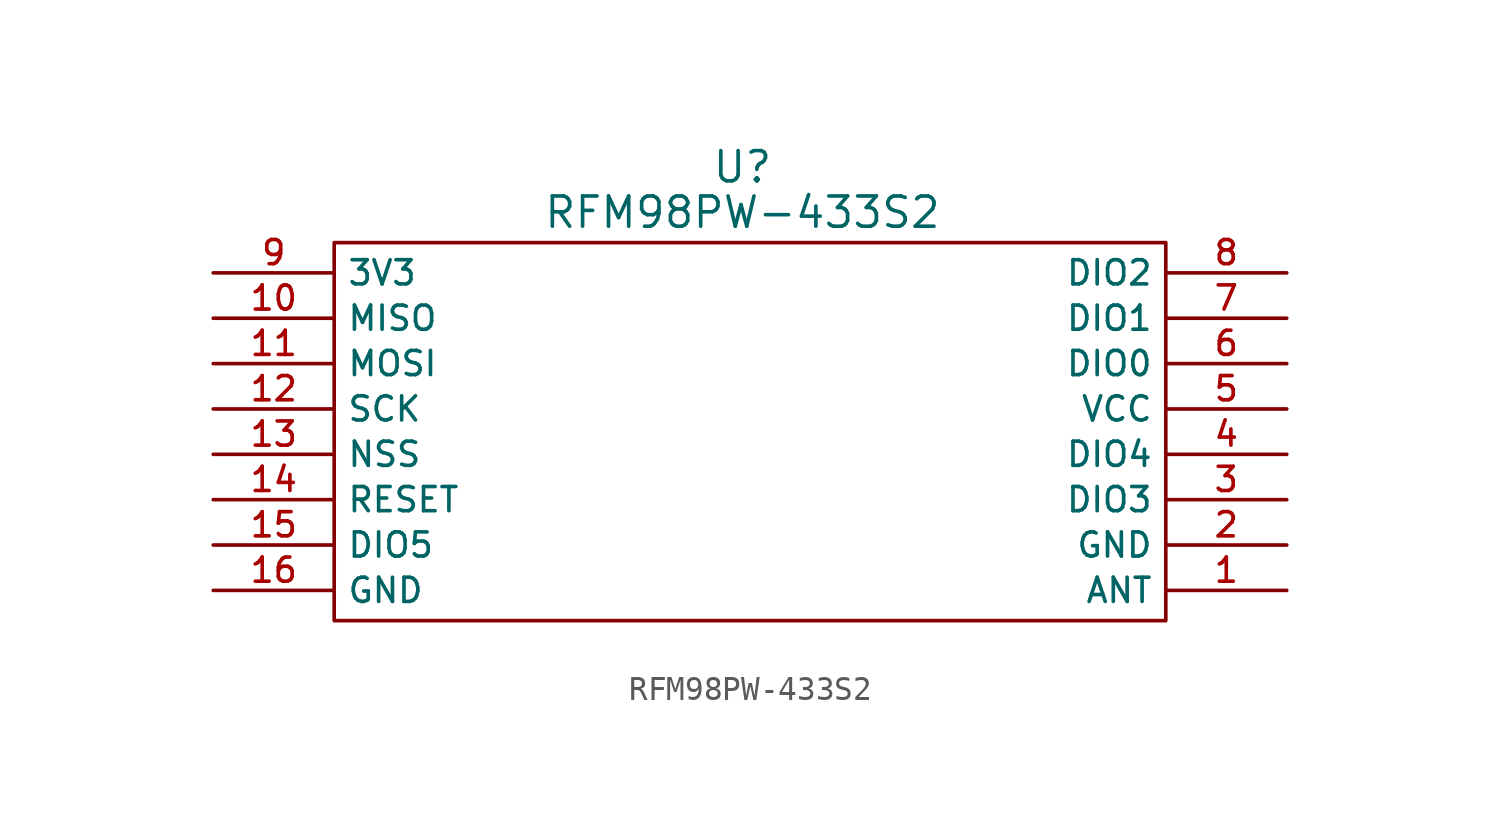
<source format=kicad_sym>
(kicad_symbol_lib
  (version 20211014)
  (generator kicad_symbol_editor)
  (symbol "RFM98PW-433S2"
    (property "Reference" "U"
      (at 0 3.175 0)
      (effects (font (size 1.27 1.27))))
    (property "Value" "RFM98PW-433S2"
      (at 0 1.27 0)
      (effects (font (size 1.27 1.27))))
    (symbol "RFM98PW-433S2_0_0"
      (pin bidirectional line (at 22.86 -14.605 180) (length 5.08) (name "ANT" (effects (font (size 1.016 1.016)))) (number "1" (effects (font (size 1.016 1.016)))))
      (pin bidirectional line (at -22.225 -3.175 0) (length 5.08) (name "MISO" (effects (font (size 1.016 1.016)))) (number "10" (effects (font (size 1.016 1.016)))))
      (pin bidirectional line (at -22.225 -5.08 0) (length 5.08) (name "MOSI" (effects (font (size 1.016 1.016)))) (number "11" (effects (font (size 1.016 1.016)))))
      (pin bidirectional line (at -22.225 -6.985 0) (length 5.08) (name "SCK" (effects (font (size 1.016 1.016)))) (number "12" (effects (font (size 1.016 1.016)))))
      (pin bidirectional line (at -22.225 -8.89 0) (length 5.08) (name "NSS" (effects (font (size 1.016 1.016)))) (number "13" (effects (font (size 1.016 1.016)))))
      (pin bidirectional line (at -22.225 -10.795 0) (length 5.08) (name "RESET" (effects (font (size 1.016 1.016)))) (number "14" (effects (font (size 1.016 1.016)))))
      (pin bidirectional line (at -22.225 -12.7 0) (length 5.08) (name "DIO5" (effects (font (size 1.016 1.016)))) (number "15" (effects (font (size 1.016 1.016)))))
      (pin power_in line (at -22.225 -14.605 0) (length 5.08) (name "GND" (effects (font (size 1.016 1.016)))) (number "16" (effects (font (size 1.016 1.016)))))
      (pin power_in line (at 22.86 -12.7 180) (length 5.08) (name "GND" (effects (font (size 1.016 1.016)))) (number "2" (effects (font (size 1.016 1.016)))))
      (pin bidirectional line (at 22.86 -10.795 180) (length 5.08) (name "DIO3" (effects (font (size 1.016 1.016)))) (number "3" (effects (font (size 1.016 1.016)))))
      (pin bidirectional line (at 22.86 -8.89 180) (length 5.08) (name "DIO4" (effects (font (size 1.016 1.016)))) (number "4" (effects (font (size 1.016 1.016)))))
      (pin power_in line (at 22.86 -6.985 180) (length 5.08) (name "VCC" (effects (font (size 1.016 1.016)))) (number "5" (effects (font (size 1.016 1.016)))))
      (pin bidirectional line (at 22.86 -5.08 180) (length 5.08) (name "DIO0" (effects (font (size 1.016 1.016)))) (number "6" (effects (font (size 1.016 1.016)))))
      (pin bidirectional line (at 22.86 -3.175 180) (length 5.08) (name "DIO1" (effects (font (size 1.016 1.016)))) (number "7" (effects (font (size 1.016 1.016)))))
      (pin bidirectional line (at 22.86 -1.27 180) (length 5.08) (name "DIO2" (effects (font (size 1.016 1.016)))) (number "8" (effects (font (size 1.016 1.016)))))
      (pin power_out line (at -22.225 -1.27 0) (length 5.08) (name "3V3" (effects (font (size 1.016 1.016)))) (number "9" (effects (font (size 1.016 1.016))))))
    (symbol "RFM98PW-433S2_0_1"
      (rectangle (start -17.145 0) (end 17.78 -15.875) (stroke (width 0) (type default) (color 0 0 0 0)) (fill (type none))))))
</source>
